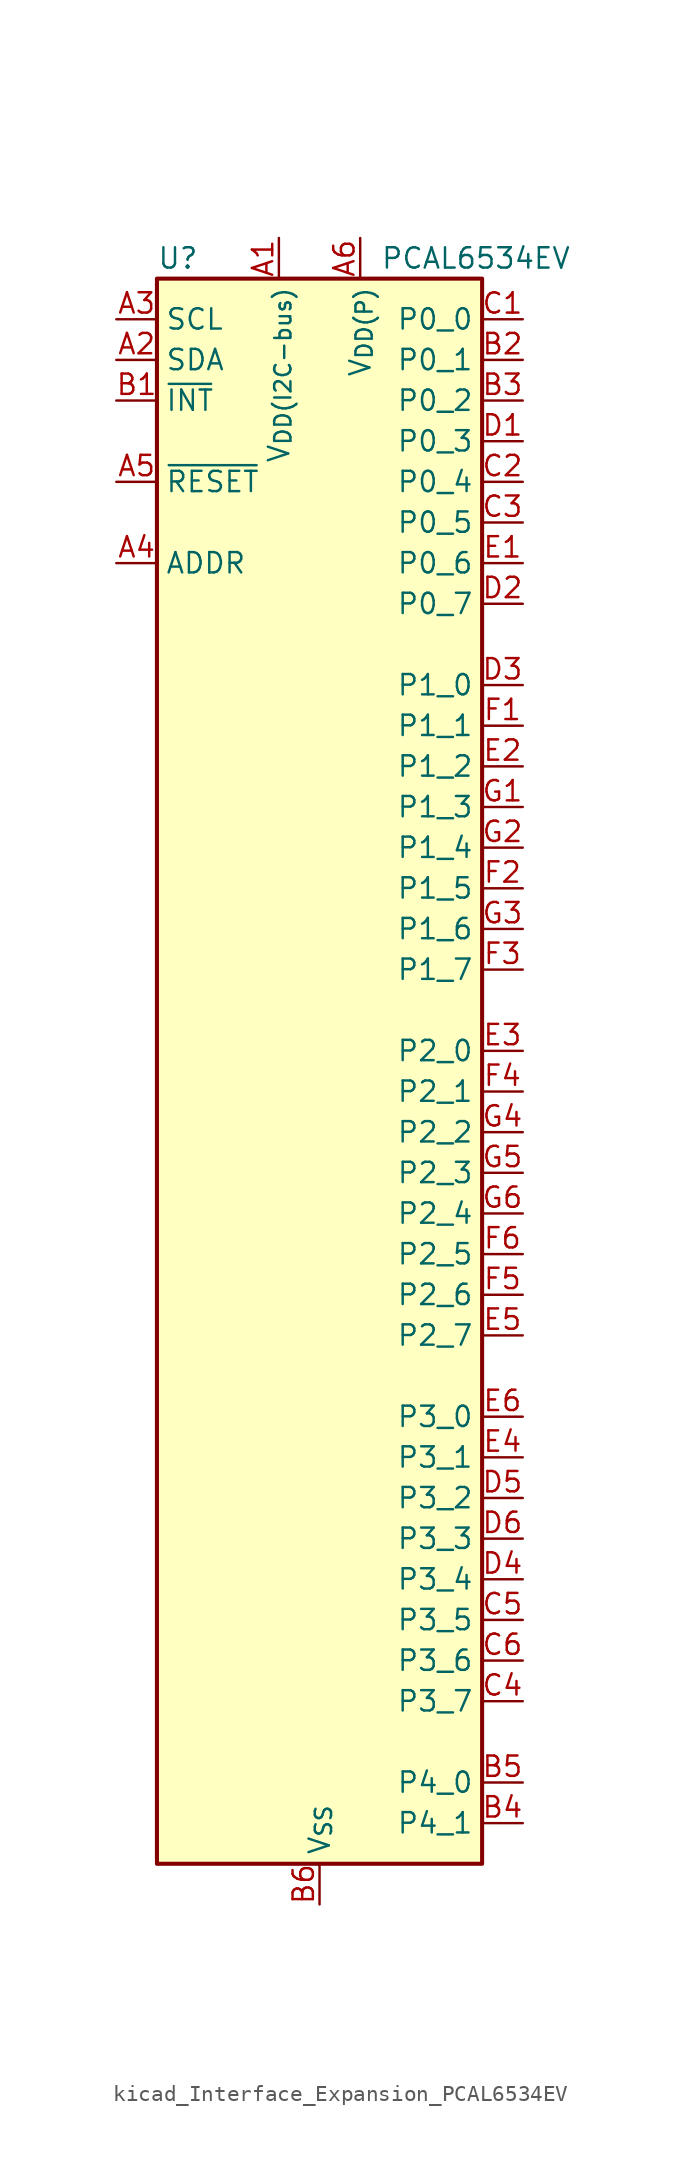
<source format=kicad_sym>
(kicad_symbol_lib
  (version 20220914)
  (generator kicad_symbol_editor)
  (symbol "kicad_Interface_Expansion_PCAL6534EV"
    (property "Reference" "U"
      (at -10.16 49.53 0)
      (effects (font (size 1.27 1.27)) (justify left)))
    (property "Value" "PCAL6534EV"
      (at 3.81 49.53 0)
      (effects (font (size 1.27 1.27)) (justify left)))
    (symbol "kicad_Interface_Expansion_PCAL6534EV_0_1"
      (rectangle (start -10.16 48.26) (end 10.16 -50.8) (stroke (width 0.254) (type default)) (fill (type background))))
    (symbol "kicad_Interface_Expansion_PCAL6534EV_1_1"
      (pin power_in line (at -2.54 50.8 270) (length 2.54) (name "V_{DD(I2C-bus)}" (effects (font (size 1.27 1.27)))) (number "A1" (effects (font (size 1.27 1.27)))))
      (pin bidirectional line (at -12.7 43.18 0) (length 2.54) (name "SDA" (effects (font (size 1.27 1.27)))) (number "A2" (effects (font (size 1.27 1.27)))))
      (pin input line (at -12.7 45.72 0) (length 2.54) (name "SCL" (effects (font (size 1.27 1.27)))) (number "A3" (effects (font (size 1.27 1.27)))))
      (pin input line (at -12.7 30.48 0) (length 2.54) (name "ADDR" (effects (font (size 1.27 1.27)))) (number "A4" (effects (font (size 1.27 1.27)))))
      (pin input line (at -12.7 35.56 0) (length 2.54) (name "~{RESET}" (effects (font (size 1.27 1.27)))) (number "A5" (effects (font (size 1.27 1.27)))))
      (pin power_in line (at 2.54 50.8 270) (length 2.54) (name "V_{DD(P)}" (effects (font (size 1.27 1.27)))) (number "A6" (effects (font (size 1.27 1.27)))))
      (pin open_collector line (at -12.7 40.64 0) (length 2.54) (name "~{INT}" (effects (font (size 1.27 1.27)))) (number "B1" (effects (font (size 1.27 1.27)))))
      (pin bidirectional line (at 12.7 43.18 180) (length 2.54) (name "P0_1" (effects (font (size 1.27 1.27)))) (number "B2" (effects (font (size 1.27 1.27)))))
      (pin bidirectional line (at 12.7 40.64 180) (length 2.54) (name "P0_2" (effects (font (size 1.27 1.27)))) (number "B3" (effects (font (size 1.27 1.27)))))
      (pin bidirectional line (at 12.7 -48.26 180) (length 2.54) (name "P4_1" (effects (font (size 1.27 1.27)))) (number "B4" (effects (font (size 1.27 1.27)))))
      (pin bidirectional line (at 12.7 -45.72 180) (length 2.54) (name "P4_0" (effects (font (size 1.27 1.27)))) (number "B5" (effects (font (size 1.27 1.27)))))
      (pin power_in line (at 0 -53.34 90) (length 2.54) (name "V_{SS}" (effects (font (size 1.27 1.27)))) (number "B6" (effects (font (size 1.27 1.27)))))
      (pin bidirectional line (at 12.7 45.72 180) (length 2.54) (name "P0_0" (effects (font (size 1.27 1.27)))) (number "C1" (effects (font (size 1.27 1.27)))))
      (pin bidirectional line (at 12.7 35.56 180) (length 2.54) (name "P0_4" (effects (font (size 1.27 1.27)))) (number "C2" (effects (font (size 1.27 1.27)))))
      (pin bidirectional line (at 12.7 33.02 180) (length 2.54) (name "P0_5" (effects (font (size 1.27 1.27)))) (number "C3" (effects (font (size 1.27 1.27)))))
      (pin bidirectional line (at 12.7 -40.64 180) (length 2.54) (name "P3_7" (effects (font (size 1.27 1.27)))) (number "C4" (effects (font (size 1.27 1.27)))))
      (pin bidirectional line (at 12.7 -35.56 180) (length 2.54) (name "P3_5" (effects (font (size 1.27 1.27)))) (number "C5" (effects (font (size 1.27 1.27)))))
      (pin bidirectional line (at 12.7 -38.1 180) (length 2.54) (name "P3_6" (effects (font (size 1.27 1.27)))) (number "C6" (effects (font (size 1.27 1.27)))))
      (pin bidirectional line (at 12.7 38.1 180) (length 2.54) (name "P0_3" (effects (font (size 1.27 1.27)))) (number "D1" (effects (font (size 1.27 1.27)))))
      (pin bidirectional line (at 12.7 27.94 180) (length 2.54) (name "P0_7" (effects (font (size 1.27 1.27)))) (number "D2" (effects (font (size 1.27 1.27)))))
      (pin bidirectional line (at 12.7 22.86 180) (length 2.54) (name "P1_0" (effects (font (size 1.27 1.27)))) (number "D3" (effects (font (size 1.27 1.27)))))
      (pin bidirectional line (at 12.7 -33.02 180) (length 2.54) (name "P3_4" (effects (font (size 1.27 1.27)))) (number "D4" (effects (font (size 1.27 1.27)))))
      (pin bidirectional line (at 12.7 -27.94 180) (length 2.54) (name "P3_2" (effects (font (size 1.27 1.27)))) (number "D5" (effects (font (size 1.27 1.27)))))
      (pin bidirectional line (at 12.7 -30.48 180) (length 2.54) (name "P3_3" (effects (font (size 1.27 1.27)))) (number "D6" (effects (font (size 1.27 1.27)))))
      (pin bidirectional line (at 12.7 30.48 180) (length 2.54) (name "P0_6" (effects (font (size 1.27 1.27)))) (number "E1" (effects (font (size 1.27 1.27)))))
      (pin bidirectional line (at 12.7 17.78 180) (length 2.54) (name "P1_2" (effects (font (size 1.27 1.27)))) (number "E2" (effects (font (size 1.27 1.27)))))
      (pin bidirectional line (at 12.7 0 180) (length 2.54) (name "P2_0" (effects (font (size 1.27 1.27)))) (number "E3" (effects (font (size 1.27 1.27)))))
      (pin bidirectional line (at 12.7 -25.4 180) (length 2.54) (name "P3_1" (effects (font (size 1.27 1.27)))) (number "E4" (effects (font (size 1.27 1.27)))))
      (pin bidirectional line (at 12.7 -17.78 180) (length 2.54) (name "P2_7" (effects (font (size 1.27 1.27)))) (number "E5" (effects (font (size 1.27 1.27)))))
      (pin bidirectional line (at 12.7 -22.86 180) (length 2.54) (name "P3_0" (effects (font (size 1.27 1.27)))) (number "E6" (effects (font (size 1.27 1.27)))))
      (pin bidirectional line (at 12.7 20.32 180) (length 2.54) (name "P1_1" (effects (font (size 1.27 1.27)))) (number "F1" (effects (font (size 1.27 1.27)))))
      (pin bidirectional line (at 12.7 10.16 180) (length 2.54) (name "P1_5" (effects (font (size 1.27 1.27)))) (number "F2" (effects (font (size 1.27 1.27)))))
      (pin bidirectional line (at 12.7 5.08 180) (length 2.54) (name "P1_7" (effects (font (size 1.27 1.27)))) (number "F3" (effects (font (size 1.27 1.27)))))
      (pin bidirectional line (at 12.7 -2.54 180) (length 2.54) (name "P2_1" (effects (font (size 1.27 1.27)))) (number "F4" (effects (font (size 1.27 1.27)))))
      (pin bidirectional line (at 12.7 -15.24 180) (length 2.54) (name "P2_6" (effects (font (size 1.27 1.27)))) (number "F5" (effects (font (size 1.27 1.27)))))
      (pin bidirectional line (at 12.7 -12.7 180) (length 2.54) (name "P2_5" (effects (font (size 1.27 1.27)))) (number "F6" (effects (font (size 1.27 1.27)))))
      (pin bidirectional line (at 12.7 15.24 180) (length 2.54) (name "P1_3" (effects (font (size 1.27 1.27)))) (number "G1" (effects (font (size 1.27 1.27)))))
      (pin bidirectional line (at 12.7 12.7 180) (length 2.54) (name "P1_4" (effects (font (size 1.27 1.27)))) (number "G2" (effects (font (size 1.27 1.27)))))
      (pin bidirectional line (at 12.7 7.62 180) (length 2.54) (name "P1_6" (effects (font (size 1.27 1.27)))) (number "G3" (effects (font (size 1.27 1.27)))))
      (pin bidirectional line (at 12.7 -5.08 180) (length 2.54) (name "P2_2" (effects (font (size 1.27 1.27)))) (number "G4" (effects (font (size 1.27 1.27)))))
      (pin bidirectional line (at 12.7 -7.62 180) (length 2.54) (name "P2_3" (effects (font (size 1.27 1.27)))) (number "G5" (effects (font (size 1.27 1.27)))))
      (pin bidirectional line (at 12.7 -10.16 180) (length 2.54) (name "P2_4" (effects (font (size 1.27 1.27)))) (number "G6" (effects (font (size 1.27 1.27))))))))
</source>
